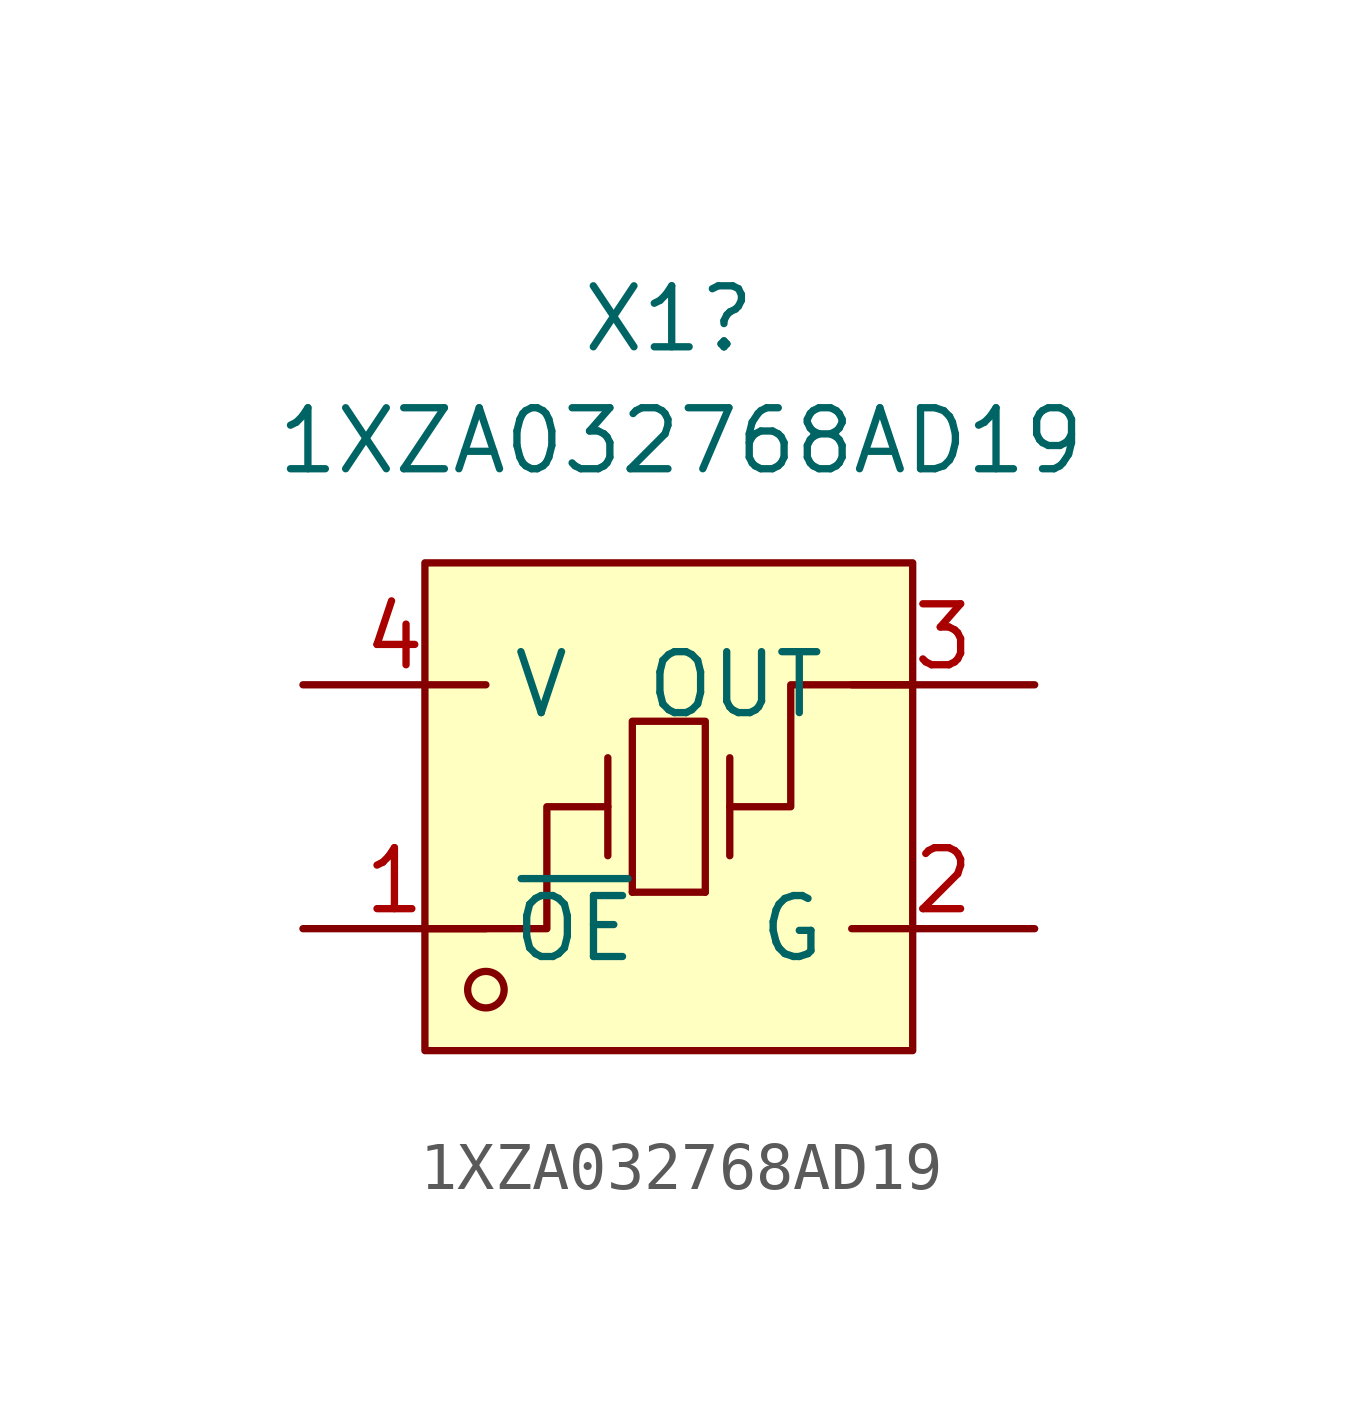
<source format=kicad_sym>
(kicad_symbol_lib
  (version 20231120)
  (generator "kicad_symbol_editor")
  (generator_version "8.99")
  (symbol "1XZA032768AD19"
    (property "Reference" "X1"
      (at 0 10.16 0)
      (effects (font (size 1.27 1.27))))
    (property "Value" "1XZA032768AD19"
      (at 0.254 7.62 0)
      (effects (font (size 1.27 1.27))))
    (symbol "1XZA032768AD19_0_1"
      (rectangle (start -5.08 5.08) (end 5.08 -5.08) (stroke (width 0) (type default)) (fill (type background)))
      (polyline (pts (xy -5.08 -2.54) (xy -2.54 -2.54) (xy -2.54 0) (xy -1.27 0)) (stroke (width 0) (type default)) (fill (type none)))
      (circle (center -3.81 -3.81) (radius 0.38) (stroke (width 0) (type default)) (fill (type none)))
      (polyline (pts (xy -1.27 -1.02) (xy -1.27 1.02)) (stroke (width 0) (type default)) (fill (type none)))
      (polyline (pts (xy -0.76 -1.78) (xy -0.76 1.78) (xy 0.76 1.78) (xy 0.76 -1.78)) (stroke (width 0) (type default)) (fill (type none)))
      (polyline (pts (xy 0.76 -1.78) (xy -0.76 -1.78)) (stroke (width 0) (type default)) (fill (type none)))
      (polyline (pts (xy 1.27 -1.02) (xy 1.27 1.02)) (stroke (width 0) (type default)) (fill (type none)))
      (polyline (pts (xy 5.08 2.54) (xy 2.54 2.54) (xy 2.54 0) (xy 1.27 0)) (stroke (width 0) (type default)) (fill (type none)))
      (pin input line (at -7.62 -2.54 0) (length 3.81) (name "~{OE}" (effects (font (size 1.27 1.27)))) (number "1" (effects (font (size 1.27 1.27)))))
      (pin input line (at 7.62 2.54 180) (length 3.81) (name "OUT" (effects (font (size 1.27 1.27)))) (number "3" (effects (font (size 1.27 1.27))))))
    (symbol "1XZA032768AD19_1_1"
      (pin input line (at 7.62 -2.54 180) (length 3.81) (name "G" (effects (font (size 1.27 1.27)))) (number "2" (effects (font (size 1.27 1.27)))))
      (pin input line (at -7.62 2.54 0) (length 3.81) (name "V" (effects (font (size 1.27 1.27)))) (number "4" (effects (font (size 1.27 1.27))))))))
</source>
